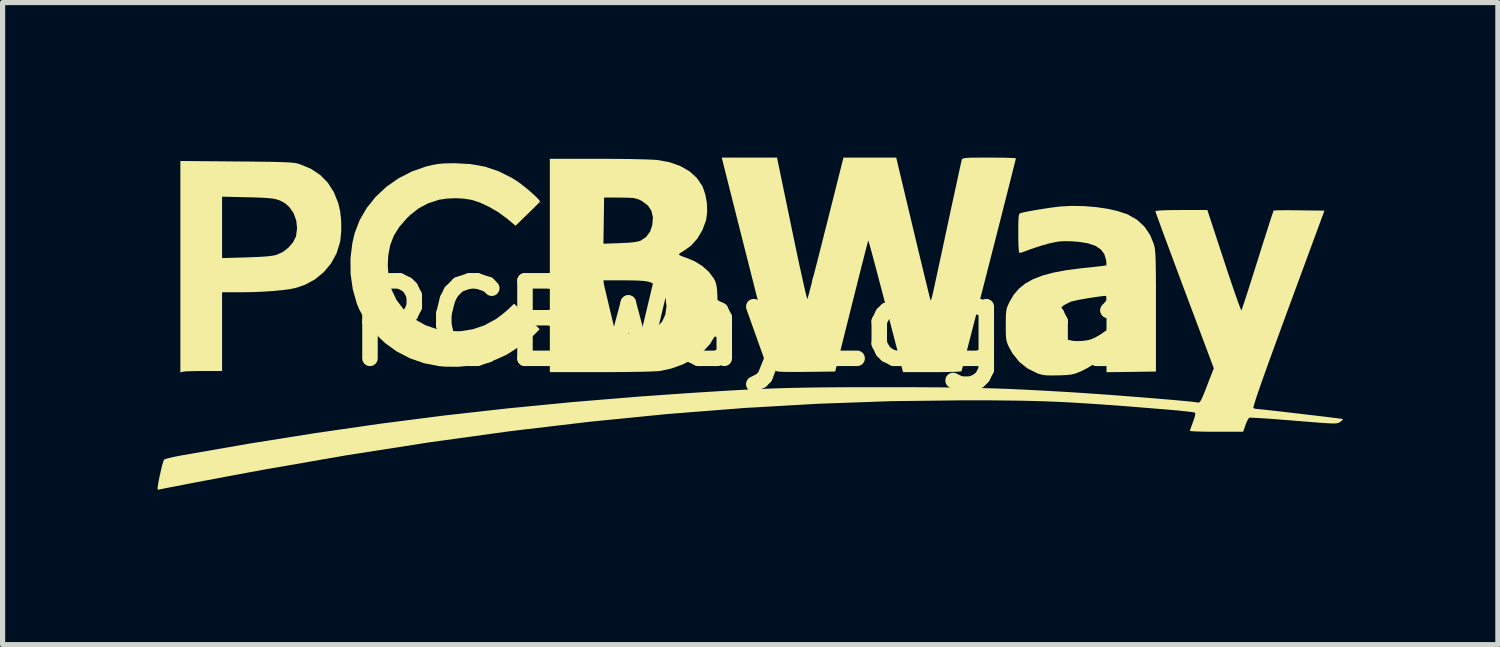
<source format=kicad_pcb>
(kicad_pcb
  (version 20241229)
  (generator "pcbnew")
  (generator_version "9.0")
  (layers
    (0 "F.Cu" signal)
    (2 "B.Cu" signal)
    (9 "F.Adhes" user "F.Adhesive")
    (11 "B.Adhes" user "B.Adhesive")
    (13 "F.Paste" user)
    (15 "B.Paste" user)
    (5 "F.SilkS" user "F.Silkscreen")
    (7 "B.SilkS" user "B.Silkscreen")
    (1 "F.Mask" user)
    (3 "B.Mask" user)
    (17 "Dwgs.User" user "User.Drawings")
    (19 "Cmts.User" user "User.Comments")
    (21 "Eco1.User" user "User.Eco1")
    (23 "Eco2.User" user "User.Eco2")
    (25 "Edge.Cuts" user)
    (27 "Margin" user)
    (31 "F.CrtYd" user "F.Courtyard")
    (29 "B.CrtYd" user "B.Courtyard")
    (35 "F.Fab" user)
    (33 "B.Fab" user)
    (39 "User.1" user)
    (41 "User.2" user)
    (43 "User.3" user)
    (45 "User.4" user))
  (footprint "PCBWayLogo3"
    (layer "F.Cu")
    (at 11.468 3.207)
    (property "Reference" "PCBWayLogo3" (at 0 0 0) (layer "F.SilkS") (effects (font (size 1.5 1.5) (thickness 0.3))))
    (attr board_only exclude_from_pos_files exclude_from_bom)
    (fp_poly (pts (xy -9.937 -3.132) (xy -9.681 -3.13) (xy -9.466 -3.127) (xy -9.288 -3.125) (xy -9.144 -3.122) (xy -9.029 -3.118) (xy -8.938 -3.114) (xy -8.868 -3.109) (xy -8.813 -3.103) (xy -8.77 -3.095) (xy -8.735 -3.086) (xy -8.72 -3.081) (xy -8.503 -2.991) (xy -8.322 -2.872) (xy -8.174 -2.722) (xy -8.057 -2.539) (xy -7.97 -2.323) (xy -7.934 -2.164) (xy -7.914 -1.979) (xy -7.913 -1.789) (xy -7.93 -1.611) (xy -7.938 -1.564) (xy -8.005 -1.351) (xy -8.111 -1.158) (xy -8.252 -0.989) (xy -8.423 -0.849) (xy -8.621 -0.742) (xy -8.801 -0.682) (xy -8.914 -0.66) (xy -9.063 -0.641) (xy -9.242 -0.624) (xy -9.439 -0.611) (xy -9.647 -0.603) (xy -9.857 -0.6) (xy -9.877 -0.6) (xy -10.22 -0.6) (xy -10.22 0.161) (xy -10.22 0.923) (xy -10.572 0.923) (xy -10.699 0.924) (xy -10.812 0.927) (xy -10.903 0.93) (xy -10.962 0.935) (xy -10.976 0.937) (xy -11.027 0.951) (xy -11.027 -1.095) (xy -11.027 -1.856) (xy -10.22 -1.856) (xy -10.22 -1.262) (xy -9.753 -1.275) (xy -9.564 -1.282) (xy -9.415 -1.29) (xy -9.3 -1.3) (xy -9.214 -1.313) (xy -9.159 -1.327) (xy -9.042 -1.381) (xy -8.934 -1.465) (xy -8.847 -1.567) (xy -8.792 -1.675) (xy -8.788 -1.688) (xy -8.768 -1.84) (xy -8.785 -1.991) (xy -8.835 -2.13) (xy -8.917 -2.249) (xy -8.992 -2.315) (xy -9.047 -2.35) (xy -9.101 -2.377) (xy -9.163 -2.398) (xy -9.238 -2.413) (xy -9.334 -2.424) (xy -9.459 -2.431) (xy -9.618 -2.437) (xy -9.73 -2.439) (xy -10.22 -2.451) (xy -10.22 -1.856) (xy -11.027 -1.856) (xy -11.027 -3.141)) (stroke (width 0) (type solid)) (fill yes) (layer "F.SilkS"))
    (fp_poly (pts (xy -5.414 -3.082) (xy -5.131 -3.031) (xy -4.866 -2.942) (xy -4.61 -2.813) (xy -4.526 -2.761) (xy -4.454 -2.711) (xy -4.371 -2.647) (xy -4.286 -2.577) (xy -4.206 -2.507) (xy -4.137 -2.443) (xy -4.088 -2.392) (xy -4.066 -2.36) (xy -4.065 -2.356) (xy -4.083 -2.335) (xy -4.129 -2.289) (xy -4.195 -2.223) (xy -4.276 -2.144) (xy -4.306 -2.115) (xy -4.54 -1.888) (xy -4.709 -2.03) (xy -4.87 -2.148) (xy -5.05 -2.253) (xy -5.234 -2.338) (xy -5.386 -2.388) (xy -5.534 -2.412) (xy -5.703 -2.421) (xy -5.873 -2.413) (xy -6.023 -2.39) (xy -6.034 -2.387) (xy -6.236 -2.32) (xy -6.414 -2.225) (xy -6.58 -2.095) (xy -6.644 -2.032) (xy -6.79 -1.865) (xy -6.896 -1.695) (xy -6.966 -1.512) (xy -7.004 -1.309) (xy -7.013 -1.115) (xy -6.995 -0.87) (xy -6.938 -0.649) (xy -6.843 -0.45) (xy -6.706 -0.27) (xy -6.668 -0.228) (xy -6.488 -0.077) (xy -6.285 0.037) (xy -6.066 0.113) (xy -5.837 0.152) (xy -5.602 0.153) (xy -5.368 0.116) (xy -5.141 0.039) (xy -4.927 -0.077) (xy -4.883 -0.108) (xy -4.797 -0.173) (xy -4.709 -0.246) (xy -4.665 -0.286) (xy -4.567 -0.38) (xy -4.32 -0.133) (xy -4.073 0.114) (xy -4.153 0.198) (xy -4.223 0.262) (xy -4.321 0.34) (xy -4.436 0.425) (xy -4.556 0.509) (xy -4.669 0.581) (xy -4.729 0.616) (xy -4.926 0.705) (xy -5.154 0.773) (xy -5.401 0.82) (xy -5.658 0.842) (xy -5.912 0.839) (xy -6.021 0.829) (xy -6.31 0.773) (xy -6.583 0.678) (xy -6.837 0.547) (xy -7.066 0.382) (xy -7.267 0.188) (xy -7.437 -0.033) (xy -7.569 -0.277) (xy -7.61 -0.376) (xy -7.69 -0.657) (xy -7.732 -0.953) (xy -7.735 -1.255) (xy -7.698 -1.555) (xy -7.653 -1.745) (xy -7.556 -1.998) (xy -7.419 -2.233) (xy -7.246 -2.449) (xy -7.041 -2.64) (xy -6.808 -2.804) (xy -6.55 -2.937) (xy -6.273 -3.034) (xy -6.254 -3.039) (xy -6.145 -3.065) (xy -6.045 -3.082) (xy -5.94 -3.093) (xy -5.813 -3.097) (xy -5.721 -3.098)) (stroke (width 0) (type solid)) (fill yes) (layer "F.SilkS"))
    (fp_poly (pts (xy -2.936 -3.183) (xy -2.722 -3.183) (xy -2.516 -3.181) (xy -2.322 -3.179) (xy -2.148 -3.175) (xy -1.999 -3.171) (xy -1.882 -3.166) (xy -1.804 -3.161) (xy -1.792 -3.16) (xy -1.555 -3.116) (xy -1.348 -3.042) (xy -1.172 -2.941) (xy -1.031 -2.813) (xy -0.927 -2.66) (xy -0.911 -2.625) (xy -0.864 -2.483) (xy -0.836 -2.321) (xy -0.831 -2.157) (xy -0.849 -2.01) (xy -0.854 -1.989) (xy -0.922 -1.806) (xy -1.019 -1.642) (xy -1.138 -1.507) (xy -1.273 -1.409) (xy -1.28 -1.405) (xy -1.338 -1.37) (xy -1.373 -1.341) (xy -1.377 -1.329) (xy -1.353 -1.312) (xy -1.298 -1.289) (xy -1.239 -1.269) (xy -1.075 -1.201) (xy -0.925 -1.108) (xy -0.799 -0.996) (xy -0.706 -0.873) (xy -0.683 -0.831) (xy -0.666 -0.787) (xy -0.653 -0.739) (xy -0.643 -0.679) (xy -0.636 -0.598) (xy -0.632 -0.488) (xy -0.628 -0.342) (xy -0.627 -0.307) (xy -0.624 -0.157) (xy -0.623 -0.045) (xy -0.625 0.037) (xy -0.63 0.097) (xy -0.639 0.144) (xy -0.653 0.186) (xy -0.673 0.23) (xy -0.675 0.235) (xy -0.777 0.403) (xy -0.919 0.555) (xy -1.094 0.686) (xy -1.298 0.794) (xy -1.525 0.876) (xy -1.73 0.921) (xy -1.79 0.927) (xy -1.891 0.932) (xy -2.03 0.937) (xy -2.201 0.94) (xy -2.399 0.943) (xy -2.621 0.945) (xy -2.862 0.946) (xy -2.878 0.946) (xy -3.876 0.946) (xy -3.876 -0.311) (xy -2.838 -0.311) (xy -2.838 0.208) (xy -2.53 0.208) (xy -2.401 0.206) (xy -2.275 0.2) (xy -2.166 0.192) (xy -2.089 0.183) (xy -2.087 0.182) (xy -1.922 0.137) (xy -1.795 0.066) (xy -1.704 -0.031) (xy -1.645 -0.157) (xy -1.64 -0.173) (xy -1.618 -0.33) (xy -1.635 -0.475) (xy -1.69 -0.602) (xy -1.78 -0.707) (xy -1.903 -0.782) (xy -1.935 -0.795) (xy -1.99 -0.809) (xy -2.064 -0.82) (xy -2.164 -0.826) (xy -2.298 -0.83) (xy -2.437 -0.831) (xy -2.838 -0.831) (xy -2.838 -0.311) (xy -3.876 -0.311) (xy -3.876 -1.119) (xy -3.876 -1.54) (xy -2.839 -1.54) (xy -2.521 -1.551) (xy -2.361 -1.559) (xy -2.242 -1.57) (xy -2.158 -1.586) (xy -2.119 -1.599) (xy -2.012 -1.671) (xy -1.935 -1.776) (xy -1.894 -1.897) (xy -1.881 -2.047) (xy -1.909 -2.174) (xy -1.977 -2.278) (xy -2.085 -2.361) (xy -2.111 -2.375) (xy -2.162 -2.399) (xy -2.212 -2.415) (xy -2.27 -2.425) (xy -2.348 -2.43) (xy -2.456 -2.432) (xy -2.525 -2.433) (xy -2.826 -2.434) (xy -2.832 -1.987) (xy -2.839 -1.54) (xy -3.876 -1.54) (xy -3.876 -3.184)) (stroke (width 0) (type solid)) (fill yes) (layer "F.SilkS"))
    (fp_poly (pts (xy 6.458 -2.268) (xy 6.694 -2.249) (xy 6.919 -2.216) (xy 7.123 -2.169) (xy 7.295 -2.112) (xy 7.313 -2.104) (xy 7.49 -2.003) (xy 7.634 -1.869) (xy 7.745 -1.703) (xy 7.813 -1.534) (xy 7.823 -1.5) (xy 7.831 -1.461) (xy 7.837 -1.415) (xy 7.843 -1.356) (xy 7.847 -1.281) (xy 7.85 -1.185) (xy 7.852 -1.065) (xy 7.854 -0.915) (xy 7.855 -0.733) (xy 7.855 -0.513) (xy 7.855 -0.251) (xy 7.855 -0.231) (xy 7.855 0.934) (xy 7.377 0.941) (xy 6.898 0.947) (xy 6.898 0.773) (xy 6.898 0.6) (xy 6.745 0.723) (xy 6.645 0.795) (xy 6.527 0.867) (xy 6.418 0.923) (xy 6.417 0.924) (xy 6.337 0.957) (xy 6.27 0.98) (xy 6.203 0.994) (xy 6.121 1.002) (xy 6.012 1.007) (xy 5.964 1.008) (xy 5.834 1.01) (xy 5.739 1.008) (xy 5.665 0.999) (xy 5.602 0.983) (xy 5.567 0.972) (xy 5.374 0.877) (xy 5.212 0.749) (xy 5.081 0.587) (xy 5.023 0.485) (xy 4.992 0.422) (xy 4.972 0.369) (xy 4.959 0.316) (xy 4.952 0.251) (xy 4.949 0.162) (xy 4.949 0.039) (xy 4.949 0.035) (xy 4.949 0.004) (xy 5.908 0.004) (xy 5.913 0.051) (xy 5.947 0.168) (xy 6.015 0.255) (xy 6.117 0.312) (xy 6.255 0.341) (xy 6.336 0.345) (xy 6.435 0.341) (xy 6.531 0.328) (xy 6.595 0.312) (xy 6.673 0.278) (xy 6.759 0.23) (xy 6.794 0.207) (xy 6.898 0.136) (xy 6.898 -0.197) (xy 6.897 -0.315) (xy 6.896 -0.415) (xy 6.895 -0.488) (xy 6.892 -0.527) (xy 6.891 -0.531) (xy 6.825 -0.526) (xy 6.728 -0.514) (xy 6.612 -0.497) (xy 6.49 -0.477) (xy 6.373 -0.456) (xy 6.275 -0.435) (xy 6.207 -0.418) (xy 6.196 -0.414) (xy 6.065 -0.345) (xy 5.973 -0.252) (xy 5.92 -0.135) (xy 5.908 0.004) (xy 4.949 0.004) (xy 4.949 -0.089) (xy 4.952 -0.178) (xy 4.959 -0.245) (xy 4.971 -0.299) (xy 4.992 -0.352) (xy 5.022 -0.416) (xy 5.024 -0.419) (xy 5.103 -0.554) (xy 5.203 -0.67) (xy 5.327 -0.77) (xy 5.478 -0.854) (xy 5.659 -0.924) (xy 5.875 -0.982) (xy 6.129 -1.029) (xy 6.424 -1.067) (xy 6.494 -1.074) (xy 6.623 -1.087) (xy 6.736 -1.1) (xy 6.823 -1.11) (xy 6.879 -1.117) (xy 6.895 -1.121) (xy 6.897 -1.146) (xy 6.892 -1.201) (xy 6.888 -1.233) (xy 6.854 -1.343) (xy 6.786 -1.431) (xy 6.683 -1.499) (xy 6.542 -1.547) (xy 6.361 -1.576) (xy 6.228 -1.586) (xy 6.103 -1.589) (xy 6.005 -1.586) (xy 5.914 -1.573) (xy 5.809 -1.55) (xy 5.759 -1.537) (xy 5.642 -1.504) (xy 5.523 -1.466) (xy 5.422 -1.431) (xy 5.389 -1.419) (xy 5.312 -1.39) (xy 5.25 -1.369) (xy 5.218 -1.361) (xy 5.207 -1.376) (xy 5.199 -1.423) (xy 5.194 -1.506) (xy 5.191 -1.629) (xy 5.191 -1.74) (xy 5.191 -1.882) (xy 5.193 -1.983) (xy 5.197 -2.053) (xy 5.203 -2.096) (xy 5.213 -2.119) (xy 5.227 -2.13) (xy 5.231 -2.131) (xy 5.301 -2.149) (xy 5.406 -2.17) (xy 5.533 -2.193) (xy 5.671 -2.215) (xy 5.808 -2.236) (xy 5.933 -2.252) (xy 5.998 -2.26) (xy 6.222 -2.272)) (stroke (width 0) (type solid)) (fill yes) (layer "F.SilkS"))
    (fp_poly (pts (xy 0.808 -1.823) (xy 0.859 -1.578) (xy 0.907 -1.348) (xy 0.952 -1.137) (xy 0.994 -0.948) (xy 1.03 -0.785) (xy 1.06 -0.651) (xy 1.084 -0.551) (xy 1.101 -0.489) (xy 1.109 -0.467) (xy 1.109 -0.467) (xy 1.117 -0.494) (xy 1.136 -0.562) (xy 1.163 -0.667) (xy 1.199 -0.804) (xy 1.242 -0.971) (xy 1.291 -1.162) (xy 1.345 -1.374) (xy 1.403 -1.604) (xy 1.464 -1.846) (xy 1.466 -1.851) (xy 1.807 -3.207) (xy 2.318 -3.207) (xy 2.828 -3.207) (xy 3.148 -1.863) (xy 3.206 -1.62) (xy 3.261 -1.39) (xy 3.313 -1.177) (xy 3.359 -0.984) (xy 3.4 -0.816) (xy 3.434 -0.677) (xy 3.46 -0.57) (xy 3.477 -0.501) (xy 3.485 -0.473) (xy 3.489 -0.461) (xy 3.492 -0.45) (xy 3.495 -0.443) (xy 3.498 -0.443) (xy 3.504 -0.454) (xy 3.511 -0.478) (xy 3.522 -0.519) (xy 3.537 -0.58) (xy 3.556 -0.664) (xy 3.58 -0.775) (xy 3.61 -0.914) (xy 3.647 -1.086) (xy 3.692 -1.294) (xy 3.745 -1.541) (xy 3.807 -1.829) (xy 3.808 -1.834) (xy 3.859 -2.072) (xy 3.907 -2.298) (xy 3.953 -2.506) (xy 3.993 -2.693) (xy 4.028 -2.855) (xy 4.057 -2.988) (xy 4.079 -3.087) (xy 4.093 -3.148) (xy 4.097 -3.166) (xy 4.105 -3.179) (xy 4.121 -3.189) (xy 4.153 -3.197) (xy 4.206 -3.202) (xy 4.285 -3.205) (xy 4.396 -3.206) (xy 4.546 -3.207) (xy 4.627 -3.207) (xy 4.776 -3.206) (xy 4.908 -3.205) (xy 5.017 -3.202) (xy 5.096 -3.199) (xy 5.139 -3.195) (xy 5.145 -3.193) (xy 5.139 -3.169) (xy 5.123 -3.103) (xy 5.097 -3) (xy 5.063 -2.865) (xy 5.021 -2.699) (xy 4.973 -2.509) (xy 4.919 -2.297) (xy 4.861 -2.066) (xy 4.799 -1.822) (xy 4.734 -1.568) (xy 4.667 -1.307) (xy 4.6 -1.044) (xy 4.533 -0.782) (xy 4.467 -0.525) (xy 4.404 -0.277) (xy 4.343 -0.042) (xy 4.287 0.177) (xy 4.236 0.375) (xy 4.191 0.549) (xy 4.153 0.694) (xy 4.124 0.808) (xy 4.103 0.887) (xy 4.092 0.925) (xy 4.091 0.929) (xy 4.066 0.933) (xy 4.001 0.938) (xy 3.903 0.941) (xy 3.778 0.944) (xy 3.633 0.946) (xy 3.52 0.946) (xy 2.96 0.946) (xy 2.628 -0.333) (xy 2.567 -0.567) (xy 2.509 -0.787) (xy 2.456 -0.988) (xy 2.408 -1.168) (xy 2.367 -1.322) (xy 2.333 -1.447) (xy 2.308 -1.537) (xy 2.292 -1.59) (xy 2.287 -1.603) (xy 2.28 -1.579) (xy 2.263 -1.515) (xy 2.237 -1.415) (xy 2.203 -1.281) (xy 2.161 -1.119) (xy 2.114 -0.932) (xy 2.062 -0.725) (xy 2.006 -0.501) (xy 1.963 -0.33) (xy 1.647 0.934) (xy 1.077 0.941) (xy 0.891 0.942) (xy 0.747 0.942) (xy 0.64 0.94) (xy 0.566 0.936) (xy 0.521 0.93) (xy 0.499 0.922) (xy 0.496 0.917) (xy 0.489 0.892) (xy 0.472 0.826) (xy 0.446 0.722) (xy 0.411 0.586) (xy 0.368 0.42) (xy 0.32 0.228) (xy 0.266 0.015) (xy 0.207 -0.216) (xy 0.145 -0.461) (xy 0.08 -0.717) (xy 0.014 -0.978) (xy -0.053 -1.243) (xy -0.12 -1.506) (xy -0.185 -1.763) (xy -0.248 -2.012) (xy -0.307 -2.248) (xy -0.363 -2.467) (xy -0.413 -2.666) (xy -0.457 -2.841) (xy -0.481 -2.936) (xy -0.549 -3.207) (xy -0.014 -3.207) (xy 0.521 -3.207)) (stroke (width 0) (type solid)) (fill yes) (layer "F.SilkS"))
    (fp_poly (pts (xy 9.172 -1.213) (xy 9.238 -1.011) (xy 9.301 -0.824) (xy 9.358 -0.656) (xy 9.409 -0.511) (xy 9.45 -0.394) (xy 9.482 -0.309) (xy 9.502 -0.26) (xy 9.509 -0.249) (xy 9.519 -0.274) (xy 9.541 -0.338) (xy 9.574 -0.437) (xy 9.616 -0.567) (xy 9.666 -0.722) (xy 9.722 -0.898) (xy 9.783 -1.091) (xy 9.823 -1.218) (xy 9.886 -1.418) (xy 9.945 -1.605) (xy 9.999 -1.773) (xy 10.045 -1.919) (xy 10.083 -2.036) (xy 10.112 -2.122) (xy 10.129 -2.171) (xy 10.133 -2.181) (xy 10.158 -2.184) (xy 10.223 -2.187) (xy 10.32 -2.188) (xy 10.442 -2.188) (xy 10.582 -2.187) (xy 10.63 -2.186) (xy 11.116 -2.18) (xy 10.415 -0.278) (xy 10.283 0.081) (xy 10.167 0.399) (xy 10.066 0.676) (xy 9.98 0.915) (xy 9.908 1.117) (xy 9.85 1.284) (xy 9.804 1.417) (xy 9.772 1.518) (xy 9.751 1.588) (xy 9.741 1.629) (xy 9.742 1.643) (xy 9.785 1.656) (xy 9.831 1.661) (xy 9.865 1.663) (xy 9.937 1.671) (xy 10.042 1.682) (xy 10.173 1.697) (xy 10.323 1.714) (xy 10.487 1.733) (xy 10.656 1.753) (xy 10.826 1.773) (xy 10.989 1.792) (xy 11.138 1.81) (xy 11.267 1.826) (xy 11.37 1.839) (xy 11.44 1.848) (xy 11.465 1.852) (xy 11.473 1.865) (xy 11.441 1.895) (xy 11.43 1.902) (xy 11.411 1.914) (xy 11.394 1.925) (xy 11.372 1.932) (xy 11.344 1.937) (xy 11.302 1.939) (xy 11.244 1.938) (xy 11.165 1.934) (xy 11.059 1.927) (xy 10.924 1.917) (xy 10.753 1.903) (xy 10.543 1.886) (xy 10.435 1.877) (xy 10.254 1.863) (xy 10.087 1.85) (xy 9.94 1.84) (xy 9.818 1.833) (xy 9.727 1.828) (xy 9.674 1.827) (xy 9.662 1.828) (xy 9.639 1.855) (xy 9.61 1.912) (xy 9.588 1.97) (xy 9.543 2.099) (xy 9.028 2.099) (xy 8.88 2.099) (xy 8.748 2.097) (xy 8.639 2.094) (xy 8.561 2.09) (xy 8.518 2.085) (xy 8.513 2.083) (xy 8.521 2.054) (xy 8.541 1.995) (xy 8.57 1.917) (xy 8.573 1.908) (xy 8.6 1.829) (xy 8.615 1.766) (xy 8.615 1.733) (xy 8.614 1.732) (xy 8.585 1.724) (xy 8.519 1.714) (xy 8.42 1.703) (xy 8.298 1.69) (xy 8.158 1.677) (xy 8.132 1.675) (xy 7.732 1.642) (xy 7.371 1.613) (xy 7.045 1.588) (xy 6.748 1.567) (xy 6.472 1.549) (xy 6.214 1.533) (xy 5.967 1.521) (xy 5.724 1.511) (xy 5.481 1.504) (xy 5.231 1.498) (xy 4.969 1.495) (xy 4.689 1.492) (xy 4.384 1.491) (xy 4.13 1.491) (xy 2.745 1.507) (xy 1.328 1.557) (xy -0.119 1.64) (xy -1.596 1.756) (xy -3.104 1.906) (xy -4.641 2.088) (xy -6.206 2.304) (xy -7.801 2.553) (xy -9.32 2.817) (xy -9.508 2.851) (xy -9.711 2.888) (xy -9.923 2.928) (xy -10.14 2.968) (xy -10.355 3.009) (xy -10.566 3.048) (xy -10.765 3.086) (xy -10.948 3.121) (xy -11.111 3.153) (xy -11.247 3.179) (xy -11.352 3.2) (xy -11.421 3.214) (xy -11.446 3.22) (xy -11.461 3.22) (xy -11.468 3.205) (xy -11.466 3.169) (xy -11.456 3.103) (xy -11.437 3.002) (xy -11.426 2.948) (xy -11.401 2.838) (xy -11.378 2.743) (xy -11.357 2.674) (xy -11.342 2.639) (xy -11.342 2.639) (xy -11.311 2.626) (xy -11.243 2.607) (xy -11.147 2.585) (xy -11.031 2.562) (xy -10.97 2.551) (xy -9.676 2.326) (xy -8.411 2.125) (xy -7.165 1.945) (xy -5.928 1.786) (xy -4.688 1.647) (xy -3.437 1.525) (xy -2.164 1.42) (xy -1.188 1.351) (xy -0.854 1.33) (xy -0.551 1.311) (xy -0.274 1.295) (xy -0.015 1.281) (xy 0.231 1.27) (xy 0.471 1.261) (xy 0.713 1.253) (xy 0.961 1.248) (xy 1.224 1.243) (xy 1.507 1.24) (xy 1.817 1.238) (xy 2.16 1.237) (xy 2.515 1.237) (xy 2.918 1.237) (xy 3.282 1.238) (xy 3.613 1.24) (xy 3.916 1.243) (xy 4.199 1.247) (xy 4.468 1.253) (xy 4.729 1.261) (xy 4.989 1.27) (xy 5.254 1.282) (xy 5.53 1.296) (xy 5.824 1.312) (xy 6.102 1.328) (xy 6.286 1.339) (xy 6.491 1.353) (xy 6.71 1.368) (xy 6.939 1.384) (xy 7.173 1.402) (xy 7.406 1.42) (xy 7.635 1.438) (xy 7.852 1.456) (xy 8.055 1.473) (xy 8.236 1.488) (xy 8.392 1.503) (xy 8.518 1.515) (xy 8.607 1.525) (xy 8.656 1.532) (xy 8.656 1.532) (xy 8.678 1.535) (xy 8.697 1.528) (xy 8.717 1.505) (xy 8.741 1.461) (xy 8.772 1.39) (xy 8.814 1.287) (xy 8.855 1.179) (xy 8.975 0.871) (xy 8.409 -0.637) (xy 8.315 -0.889) (xy 8.226 -1.128) (xy 8.143 -1.351) (xy 8.067 -1.555) (xy 8 -1.735) (xy 7.944 -1.889) (xy 7.899 -2.013) (xy 7.866 -2.103) (xy 7.848 -2.156) (xy 7.844 -2.169) (xy 7.866 -2.177) (xy 7.933 -2.183) (xy 8.04 -2.188) (xy 8.185 -2.191) (xy 8.347 -2.192) (xy 8.85 -2.192)) (stroke (width 0) (type solid)) (fill yes) (layer "F.SilkS")))
  (gr_rect
    (start -3 -3)
    (end 25.941 9.427)
    (stroke (width 0.1) (type default))
    (fill no)
    (layer "Edge.Cuts")))
</source>
